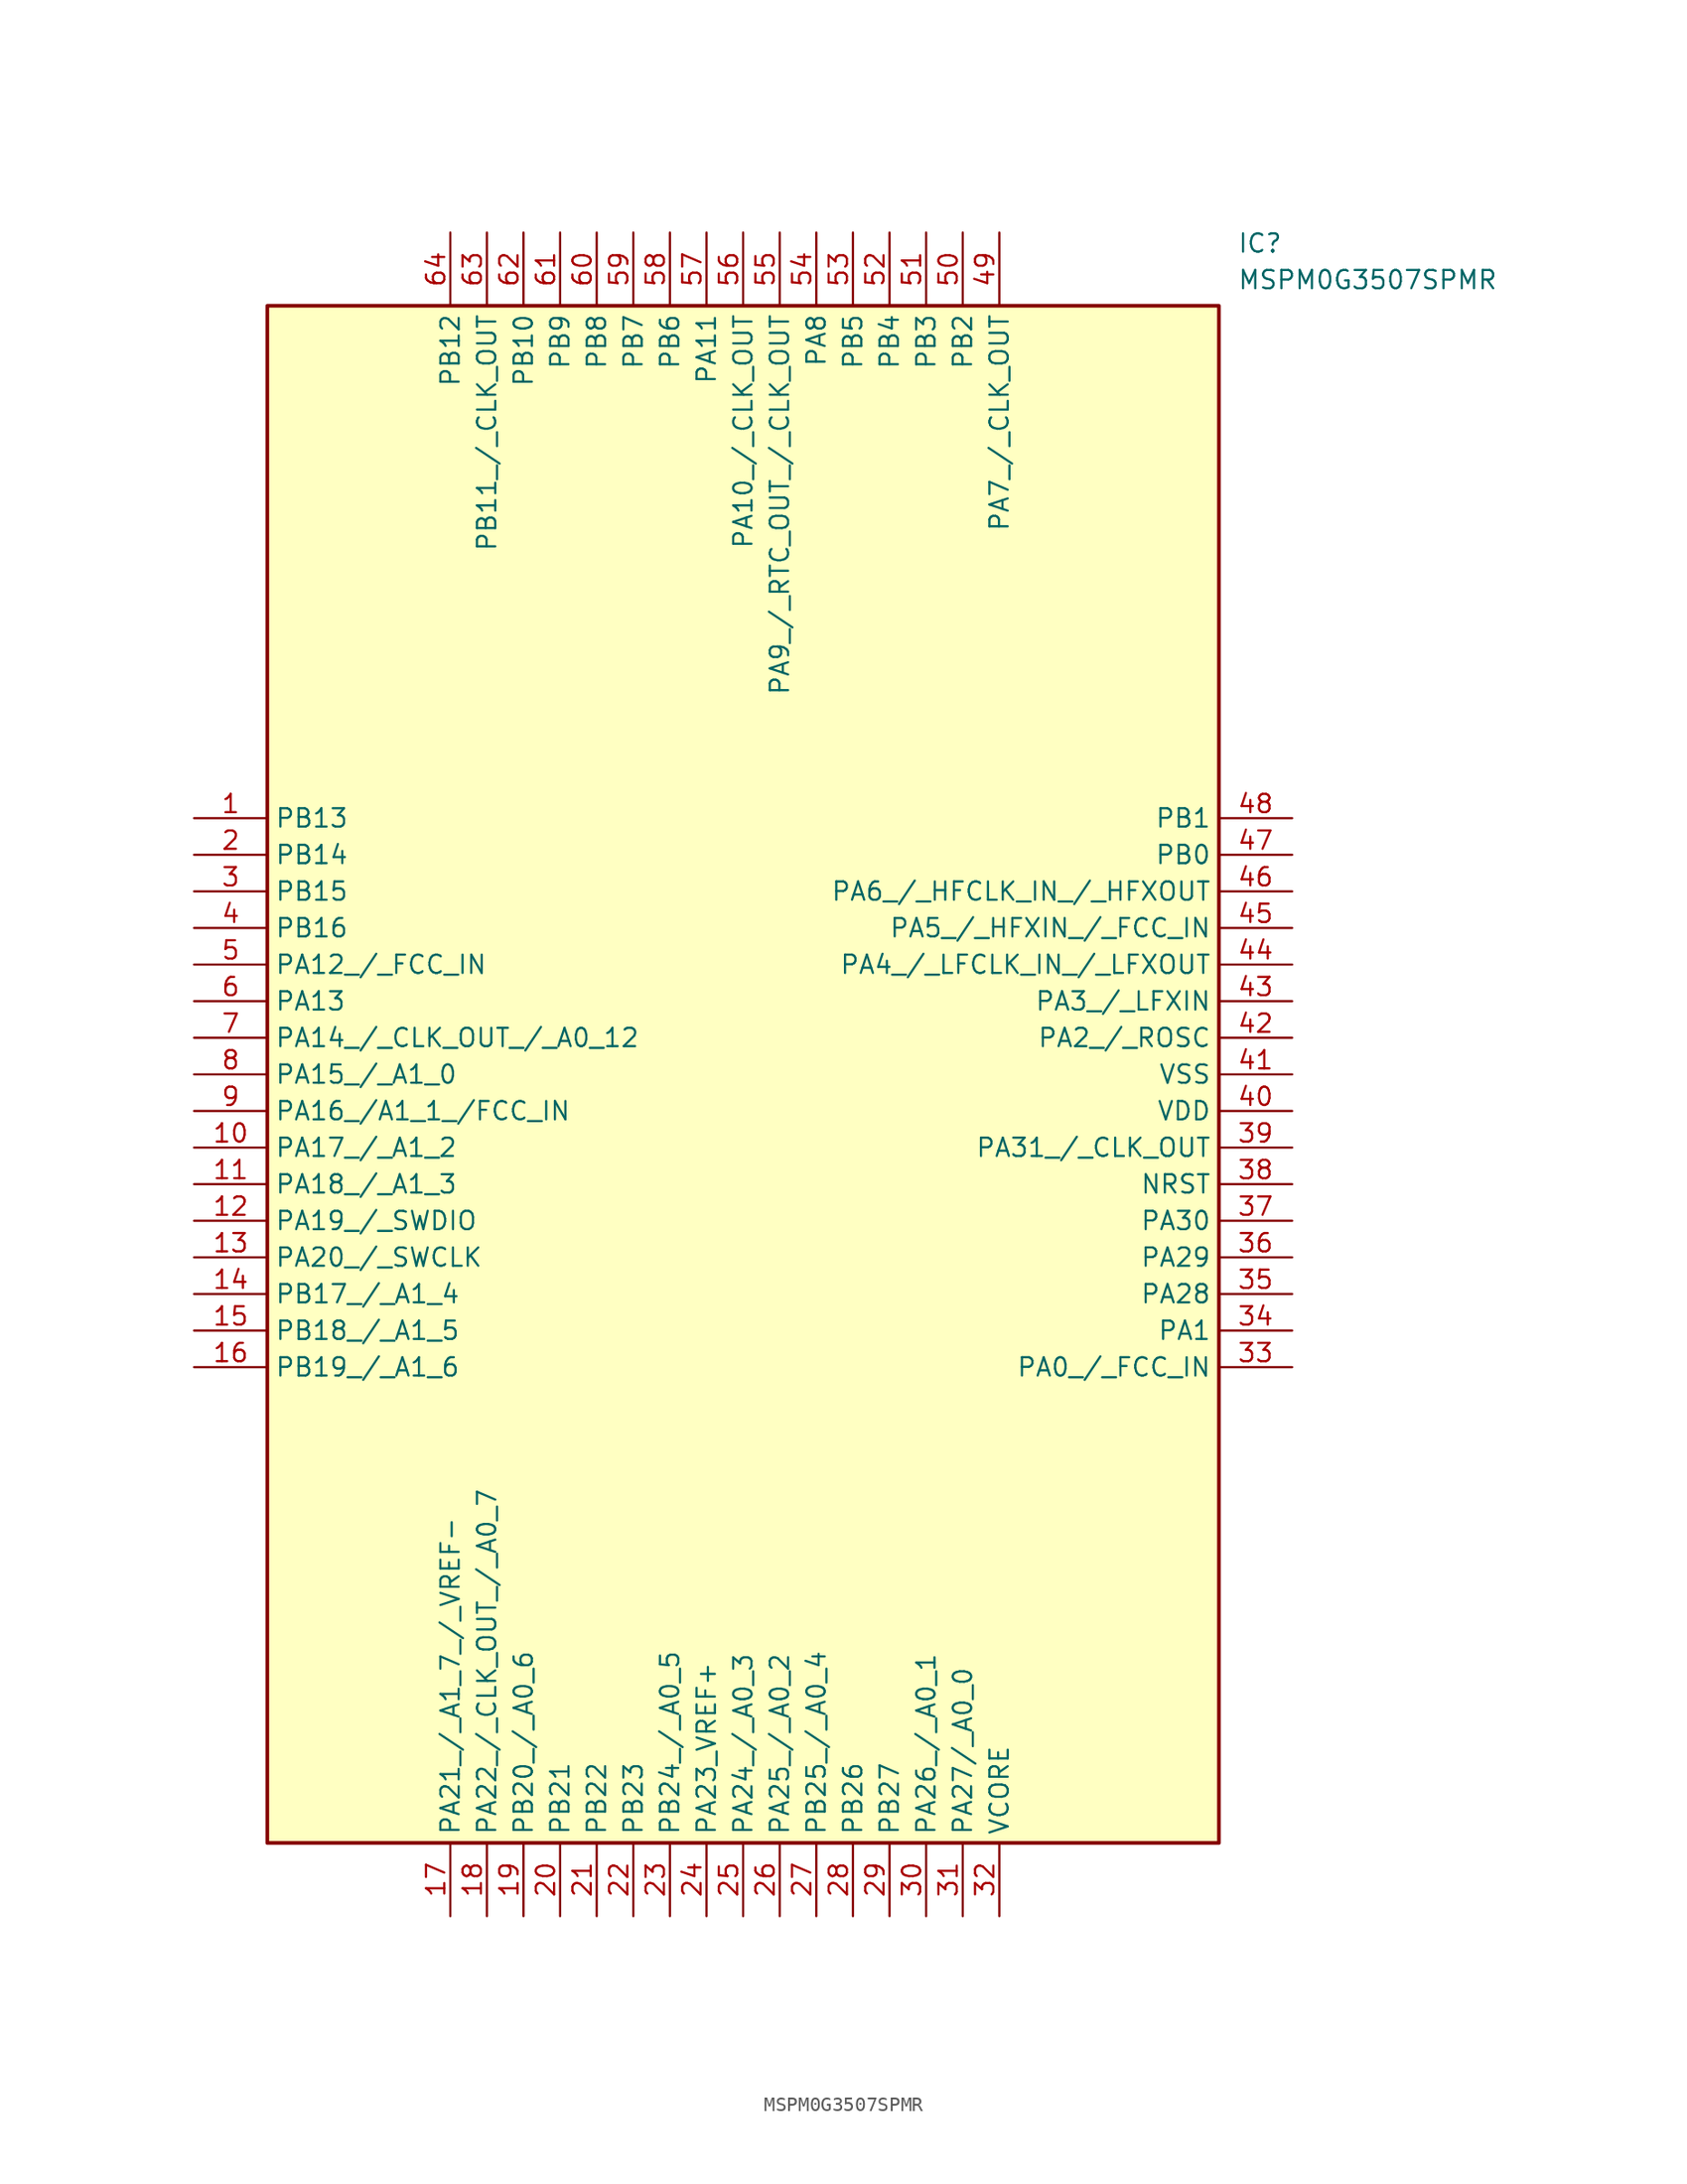
<source format=kicad_sym>
(kicad_symbol_lib
  (version 20211014)
  (generator SamacSys_ECAD_Model)
  (symbol "MSPM0G3507SPMR"
    (property "Reference" "IC"
      (at 72.39 40.64 0)
      (effects (font (size 1.27 1.27)) (justify left top)))
    (property "Value" "MSPM0G3507SPMR"
      (at 72.39 38.1 0)
      (effects (font (size 1.27 1.27)) (justify left top)))
    (rectangle
      (start 5.08 35.56)
      (end 71.12 -71.12)
      (stroke (width 0.254) (type default))
      (fill (type background)))
    (pin passive line
      (at 0 0 0)
      (length 5.08)
      (name "PB13" (effects (font (size 1.27 1.27))))
      (number "1" (effects (font (size 1.27 1.27)))))
    (pin passive line
      (at 0 -2.54 0)
      (length 5.08)
      (name "PB14" (effects (font (size 1.27 1.27))))
      (number "2" (effects (font (size 1.27 1.27)))))
    (pin passive line
      (at 0 -5.08 0)
      (length 5.08)
      (name "PB15" (effects (font (size 1.27 1.27))))
      (number "3" (effects (font (size 1.27 1.27)))))
    (pin passive line
      (at 0 -7.62 0)
      (length 5.08)
      (name "PB16" (effects (font (size 1.27 1.27))))
      (number "4" (effects (font (size 1.27 1.27)))))
    (pin passive line
      (at 0 -10.16 0)
      (length 5.08)
      (name "PA12_/_FCC_IN" (effects (font (size 1.27 1.27))))
      (number "5" (effects (font (size 1.27 1.27)))))
    (pin passive line
      (at 0 -12.7 0)
      (length 5.08)
      (name "PA13" (effects (font (size 1.27 1.27))))
      (number "6" (effects (font (size 1.27 1.27)))))
    (pin passive line
      (at 0 -15.24 0)
      (length 5.08)
      (name "PA14_/_CLK_OUT_/_A0_12" (effects (font (size 1.27 1.27))))
      (number "7" (effects (font (size 1.27 1.27)))))
    (pin passive line
      (at 0 -17.78 0)
      (length 5.08)
      (name "PA15_/_A1_0" (effects (font (size 1.27 1.27))))
      (number "8" (effects (font (size 1.27 1.27)))))
    (pin passive line
      (at 0 -20.32 0)
      (length 5.08)
      (name "PA16_/A1_1_/FCC_IN" (effects (font (size 1.27 1.27))))
      (number "9" (effects (font (size 1.27 1.27)))))
    (pin passive line
      (at 0 -22.86 0)
      (length 5.08)
      (name "PA17_/_A1_2" (effects (font (size 1.27 1.27))))
      (number "10" (effects (font (size 1.27 1.27)))))
    (pin passive line
      (at 0 -25.4 0)
      (length 5.08)
      (name "PA18_/_A1_3" (effects (font (size 1.27 1.27))))
      (number "11" (effects (font (size 1.27 1.27)))))
    (pin passive line
      (at 0 -27.94 0)
      (length 5.08)
      (name "PA19_/_SWDIO" (effects (font (size 1.27 1.27))))
      (number "12" (effects (font (size 1.27 1.27)))))
    (pin passive line
      (at 0 -30.48 0)
      (length 5.08)
      (name "PA20_/_SWCLK" (effects (font (size 1.27 1.27))))
      (number "13" (effects (font (size 1.27 1.27)))))
    (pin passive line
      (at 0 -33.02 0)
      (length 5.08)
      (name "PB17_/_A1_4" (effects (font (size 1.27 1.27))))
      (number "14" (effects (font (size 1.27 1.27)))))
    (pin passive line
      (at 0 -35.56 0)
      (length 5.08)
      (name "PB18_/_A1_5" (effects (font (size 1.27 1.27))))
      (number "15" (effects (font (size 1.27 1.27)))))
    (pin passive line
      (at 0 -38.1 0)
      (length 5.08)
      (name "PB19_/_A1_6" (effects (font (size 1.27 1.27))))
      (number "16" (effects (font (size 1.27 1.27)))))
    (pin passive line
      (at 17.78 -76.2 90)
      (length 5.08)
      (name "PA21_/_A1_7_/_VREF-" (effects (font (size 1.27 1.27))))
      (number "17" (effects (font (size 1.27 1.27)))))
    (pin passive line
      (at 20.32 -76.2 90)
      (length 5.08)
      (name "PA22_/_CLK_OUT_/_A0_7" (effects (font (size 1.27 1.27))))
      (number "18" (effects (font (size 1.27 1.27)))))
    (pin passive line
      (at 22.86 -76.2 90)
      (length 5.08)
      (name "PB20_/_A0_6" (effects (font (size 1.27 1.27))))
      (number "19" (effects (font (size 1.27 1.27)))))
    (pin passive line
      (at 25.4 -76.2 90)
      (length 5.08)
      (name "PB21" (effects (font (size 1.27 1.27))))
      (number "20" (effects (font (size 1.27 1.27)))))
    (pin passive line
      (at 27.94 -76.2 90)
      (length 5.08)
      (name "PB22" (effects (font (size 1.27 1.27))))
      (number "21" (effects (font (size 1.27 1.27)))))
    (pin passive line
      (at 30.48 -76.2 90)
      (length 5.08)
      (name "PB23" (effects (font (size 1.27 1.27))))
      (number "22" (effects (font (size 1.27 1.27)))))
    (pin passive line
      (at 33.02 -76.2 90)
      (length 5.08)
      (name "PB24_/_A0_5" (effects (font (size 1.27 1.27))))
      (number "23" (effects (font (size 1.27 1.27)))))
    (pin passive line
      (at 35.56 -76.2 90)
      (length 5.08)
      (name "PA23_VREF+" (effects (font (size 1.27 1.27))))
      (number "24" (effects (font (size 1.27 1.27)))))
    (pin passive line
      (at 38.1 -76.2 90)
      (length 5.08)
      (name "PA24_/_A0_3" (effects (font (size 1.27 1.27))))
      (number "25" (effects (font (size 1.27 1.27)))))
    (pin passive line
      (at 40.64 -76.2 90)
      (length 5.08)
      (name "PA25_/_A0_2" (effects (font (size 1.27 1.27))))
      (number "26" (effects (font (size 1.27 1.27)))))
    (pin passive line
      (at 43.18 -76.2 90)
      (length 5.08)
      (name "PB25_/_A0_4" (effects (font (size 1.27 1.27))))
      (number "27" (effects (font (size 1.27 1.27)))))
    (pin passive line
      (at 45.72 -76.2 90)
      (length 5.08)
      (name "PB26" (effects (font (size 1.27 1.27))))
      (number "28" (effects (font (size 1.27 1.27)))))
    (pin passive line
      (at 48.26 -76.2 90)
      (length 5.08)
      (name "PB27" (effects (font (size 1.27 1.27))))
      (number "29" (effects (font (size 1.27 1.27)))))
    (pin passive line
      (at 50.8 -76.2 90)
      (length 5.08)
      (name "PA26_/_A0_1" (effects (font (size 1.27 1.27))))
      (number "30" (effects (font (size 1.27 1.27)))))
    (pin passive line
      (at 53.34 -76.2 90)
      (length 5.08)
      (name "PA27/_A0_0" (effects (font (size 1.27 1.27))))
      (number "31" (effects (font (size 1.27 1.27)))))
    (pin passive line
      (at 55.88 -76.2 90)
      (length 5.08)
      (name "VCORE" (effects (font (size 1.27 1.27))))
      (number "32" (effects (font (size 1.27 1.27)))))
    (pin passive line
      (at 76.2 0 180)
      (length 5.08)
      (name "PB1" (effects (font (size 1.27 1.27))))
      (number "48" (effects (font (size 1.27 1.27)))))
    (pin passive line
      (at 76.2 -2.54 180)
      (length 5.08)
      (name "PB0" (effects (font (size 1.27 1.27))))
      (number "47" (effects (font (size 1.27 1.27)))))
    (pin passive line
      (at 76.2 -5.08 180)
      (length 5.08)
      (name "PA6_/_HFCLK_IN_/_HFXOUT" (effects (font (size 1.27 1.27))))
      (number "46" (effects (font (size 1.27 1.27)))))
    (pin passive line
      (at 76.2 -7.62 180)
      (length 5.08)
      (name "PA5_/_HFXIN_/_FCC_IN" (effects (font (size 1.27 1.27))))
      (number "45" (effects (font (size 1.27 1.27)))))
    (pin passive line
      (at 76.2 -10.16 180)
      (length 5.08)
      (name "PA4_/_LFCLK_IN_/_LFXOUT" (effects (font (size 1.27 1.27))))
      (number "44" (effects (font (size 1.27 1.27)))))
    (pin passive line
      (at 76.2 -12.7 180)
      (length 5.08)
      (name "PA3_/_LFXIN" (effects (font (size 1.27 1.27))))
      (number "43" (effects (font (size 1.27 1.27)))))
    (pin passive line
      (at 76.2 -15.24 180)
      (length 5.08)
      (name "PA2_/_ROSC" (effects (font (size 1.27 1.27))))
      (number "42" (effects (font (size 1.27 1.27)))))
    (pin passive line
      (at 76.2 -17.78 180)
      (length 5.08)
      (name "VSS" (effects (font (size 1.27 1.27))))
      (number "41" (effects (font (size 1.27 1.27)))))
    (pin passive line
      (at 76.2 -20.32 180)
      (length 5.08)
      (name "VDD" (effects (font (size 1.27 1.27))))
      (number "40" (effects (font (size 1.27 1.27)))))
    (pin passive line
      (at 76.2 -22.86 180)
      (length 5.08)
      (name "PA31_/_CLK_OUT" (effects (font (size 1.27 1.27))))
      (number "39" (effects (font (size 1.27 1.27)))))
    (pin passive line
      (at 76.2 -25.4 180)
      (length 5.08)
      (name "NRST" (effects (font (size 1.27 1.27))))
      (number "38" (effects (font (size 1.27 1.27)))))
    (pin passive line
      (at 76.2 -27.94 180)
      (length 5.08)
      (name "PA30" (effects (font (size 1.27 1.27))))
      (number "37" (effects (font (size 1.27 1.27)))))
    (pin passive line
      (at 76.2 -30.48 180)
      (length 5.08)
      (name "PA29" (effects (font (size 1.27 1.27))))
      (number "36" (effects (font (size 1.27 1.27)))))
    (pin passive line
      (at 76.2 -33.02 180)
      (length 5.08)
      (name "PA28" (effects (font (size 1.27 1.27))))
      (number "35" (effects (font (size 1.27 1.27)))))
    (pin passive line
      (at 76.2 -35.56 180)
      (length 5.08)
      (name "PA1" (effects (font (size 1.27 1.27))))
      (number "34" (effects (font (size 1.27 1.27)))))
    (pin passive line
      (at 76.2 -38.1 180)
      (length 5.08)
      (name "PA0_/_FCC_IN" (effects (font (size 1.27 1.27))))
      (number "33" (effects (font (size 1.27 1.27)))))
    (pin passive line
      (at 17.78 40.64 270)
      (length 5.08)
      (name "PB12" (effects (font (size 1.27 1.27))))
      (number "64" (effects (font (size 1.27 1.27)))))
    (pin passive line
      (at 20.32 40.64 270)
      (length 5.08)
      (name "PB11_/_CLK_OUT" (effects (font (size 1.27 1.27))))
      (number "63" (effects (font (size 1.27 1.27)))))
    (pin passive line
      (at 22.86 40.64 270)
      (length 5.08)
      (name "PB10" (effects (font (size 1.27 1.27))))
      (number "62" (effects (font (size 1.27 1.27)))))
    (pin passive line
      (at 25.4 40.64 270)
      (length 5.08)
      (name "PB9" (effects (font (size 1.27 1.27))))
      (number "61" (effects (font (size 1.27 1.27)))))
    (pin passive line
      (at 27.94 40.64 270)
      (length 5.08)
      (name "PB8" (effects (font (size 1.27 1.27))))
      (number "60" (effects (font (size 1.27 1.27)))))
    (pin passive line
      (at 30.48 40.64 270)
      (length 5.08)
      (name "PB7" (effects (font (size 1.27 1.27))))
      (number "59" (effects (font (size 1.27 1.27)))))
    (pin passive line
      (at 33.02 40.64 270)
      (length 5.08)
      (name "PB6" (effects (font (size 1.27 1.27))))
      (number "58" (effects (font (size 1.27 1.27)))))
    (pin passive line
      (at 35.56 40.64 270)
      (length 5.08)
      (name "PA11" (effects (font (size 1.27 1.27))))
      (number "57" (effects (font (size 1.27 1.27)))))
    (pin passive line
      (at 38.1 40.64 270)
      (length 5.08)
      (name "PA10_/_CLK_OUT" (effects (font (size 1.27 1.27))))
      (number "56" (effects (font (size 1.27 1.27)))))
    (pin passive line
      (at 40.64 40.64 270)
      (length 5.08)
      (name "PA9_/_RTC_OUT_/_CLK_OUT" (effects (font (size 1.27 1.27))))
      (number "55" (effects (font (size 1.27 1.27)))))
    (pin passive line
      (at 43.18 40.64 270)
      (length 5.08)
      (name "PA8" (effects (font (size 1.27 1.27))))
      (number "54" (effects (font (size 1.27 1.27)))))
    (pin passive line
      (at 45.72 40.64 270)
      (length 5.08)
      (name "PB5" (effects (font (size 1.27 1.27))))
      (number "53" (effects (font (size 1.27 1.27)))))
    (pin passive line
      (at 48.26 40.64 270)
      (length 5.08)
      (name "PB4" (effects (font (size 1.27 1.27))))
      (number "52" (effects (font (size 1.27 1.27)))))
    (pin passive line
      (at 50.8 40.64 270)
      (length 5.08)
      (name "PB3" (effects (font (size 1.27 1.27))))
      (number "51" (effects (font (size 1.27 1.27)))))
    (pin passive line
      (at 53.34 40.64 270)
      (length 5.08)
      (name "PB2" (effects (font (size 1.27 1.27))))
      (number "50" (effects (font (size 1.27 1.27)))))
    (pin passive line
      (at 55.88 40.64 270)
      (length 5.08)
      (name "PA7_/_CLK_OUT" (effects (font (size 1.27 1.27))))
      (number "49" (effects (font (size 1.27 1.27)))))))
</source>
